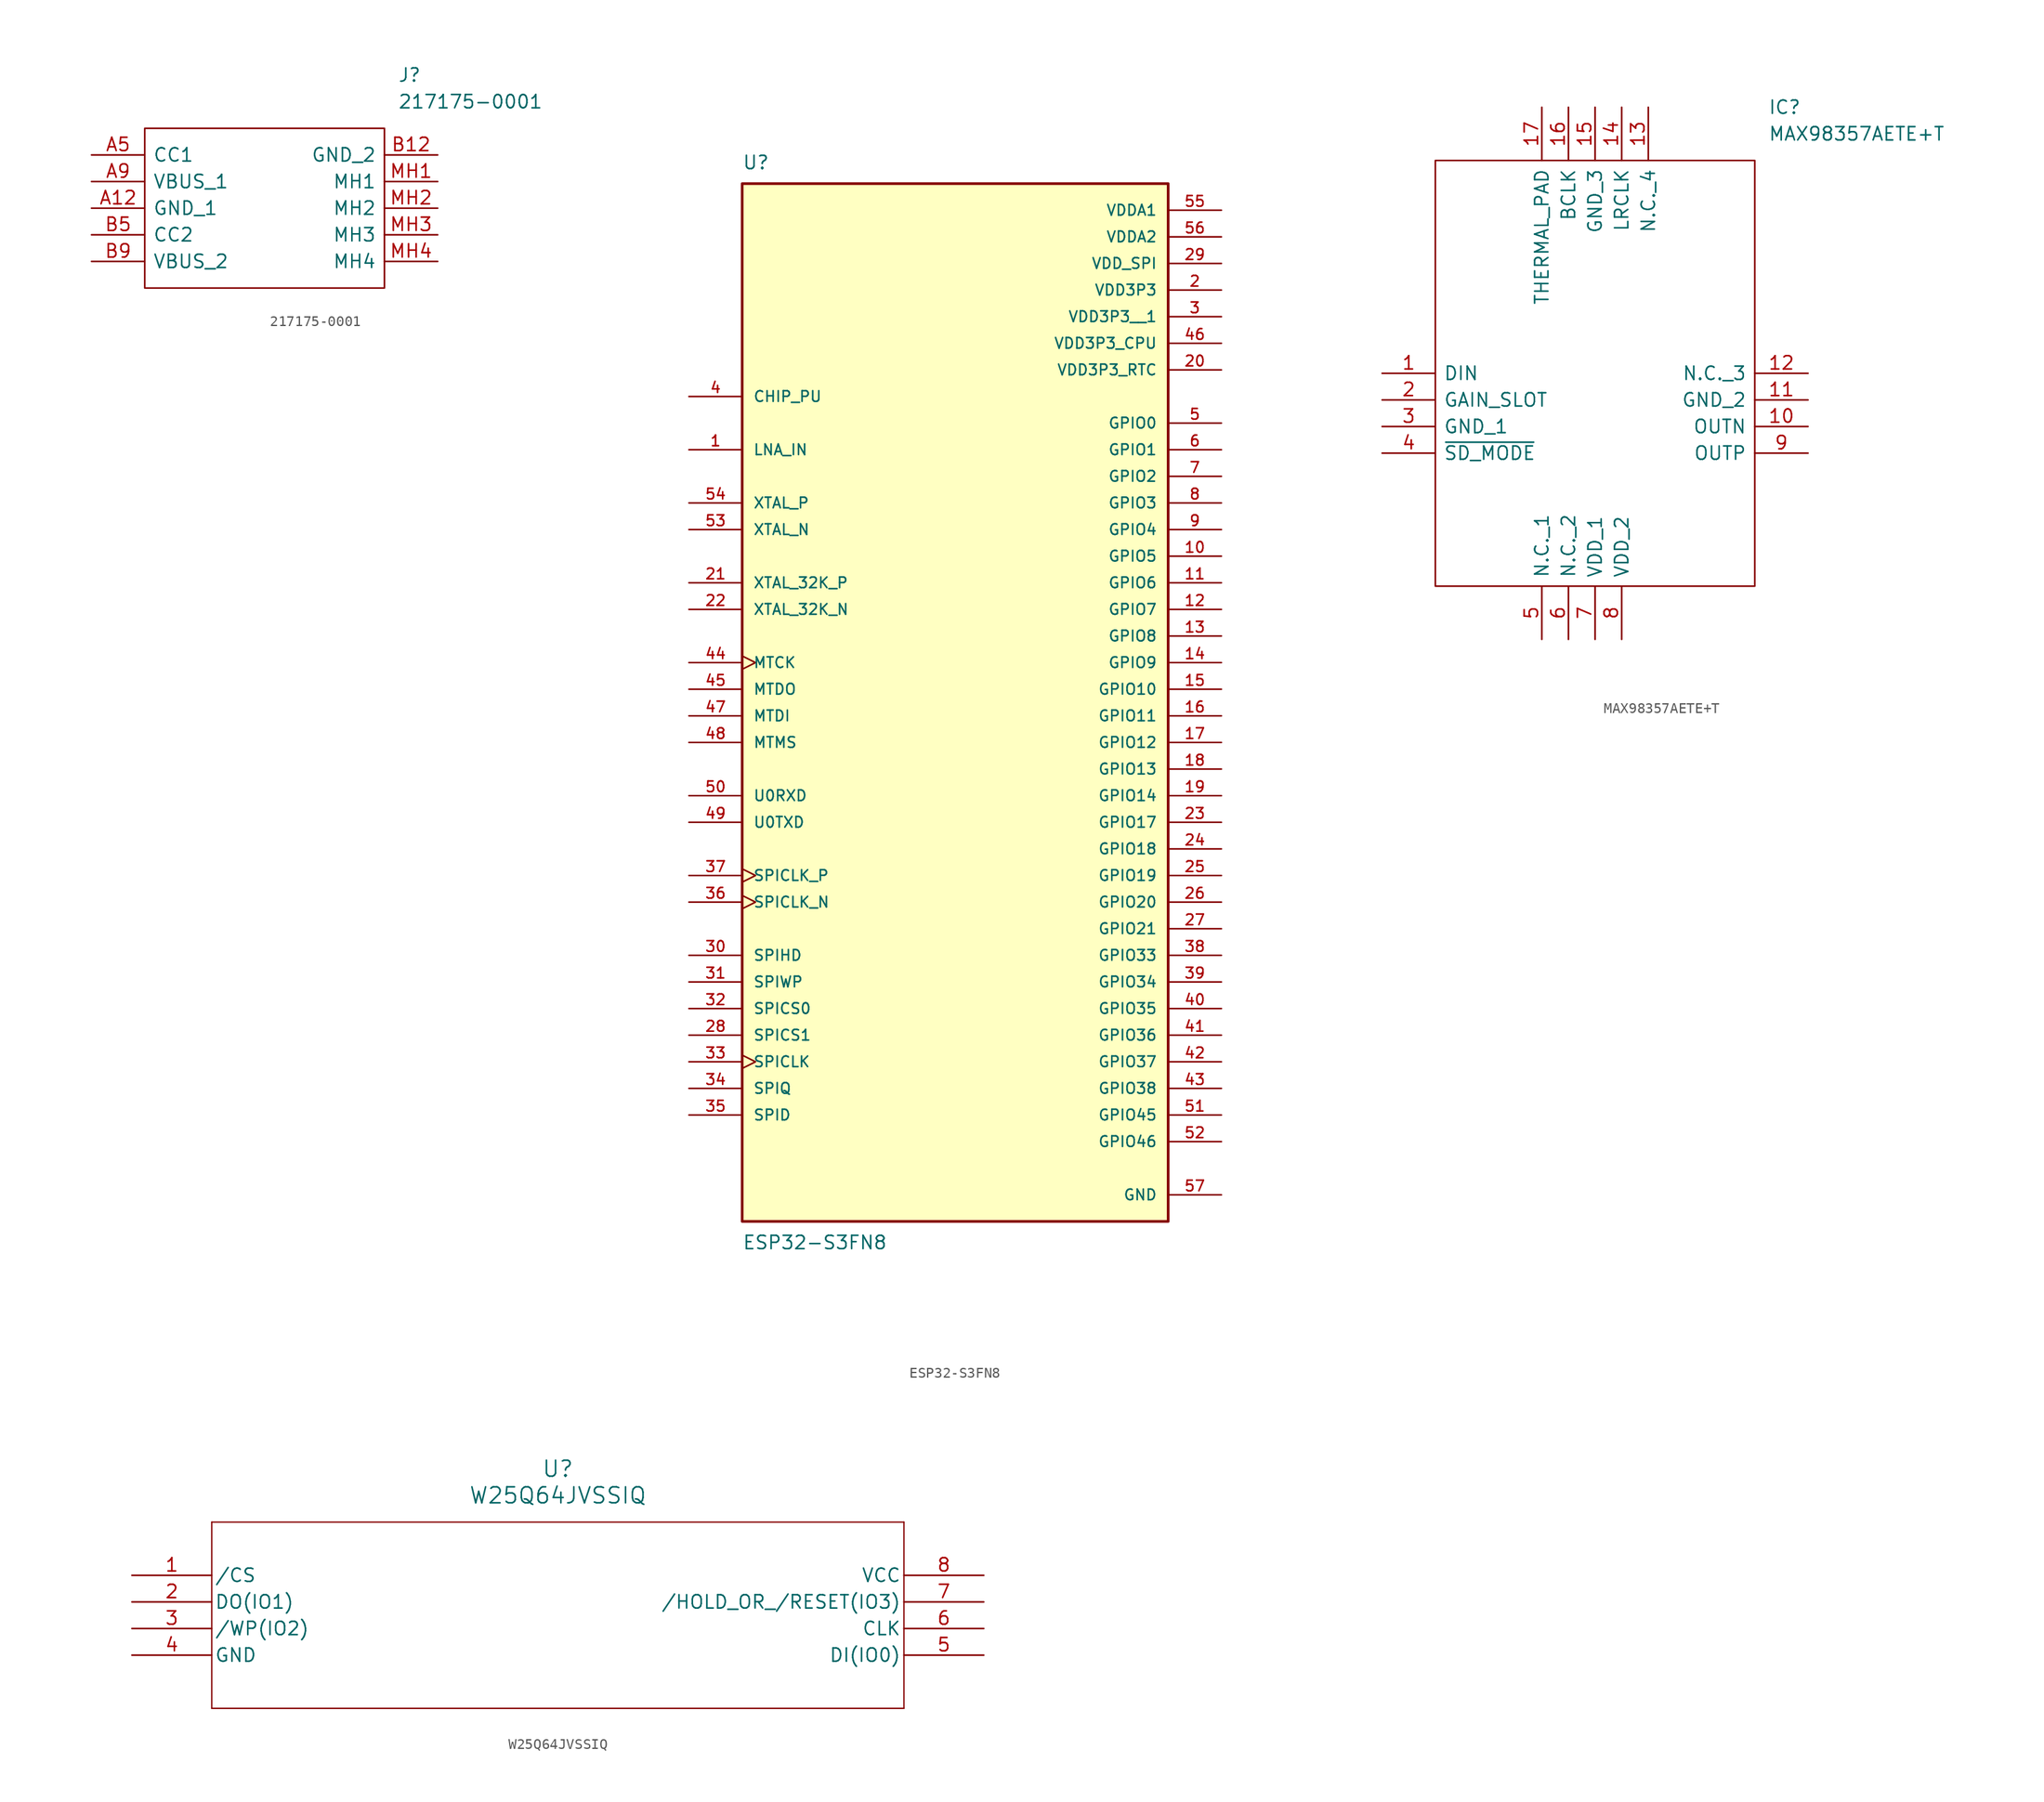
<source format=kicad_sym>
(kicad_symbol_lib
  (version 20241209)
  (generator "kicad_symbol_editor")
  (generator_version "9.0")
  (symbol "217175-0001"
    (pin_names
      (offset 0.762))
    (property "Reference" "J"
      (at 29.21 7.62 0)
      (effects (font (size 1.27 1.27)) (justify left)))
    (property "Value" "217175-0001"
      (at 29.21 5.08 0)
      (effects (font (size 1.27 1.27)) (justify left)))
    (symbol "217175-0001_0_0"
      (pin passive line (at 0 0 0) (length 5.08) (name "CC1" (effects (font (size 1.27 1.27)))) (number "A5" (effects (font (size 1.27 1.27)))))
      (pin passive line (at 0 -2.54 0) (length 5.08) (name "VBUS_1" (effects (font (size 1.27 1.27)))) (number "A9" (effects (font (size 1.27 1.27)))))
      (pin passive line (at 0 -5.08 0) (length 5.08) (name "GND_1" (effects (font (size 1.27 1.27)))) (number "A12" (effects (font (size 1.27 1.27)))))
      (pin passive line (at 0 -7.62 0) (length 5.08) (name "CC2" (effects (font (size 1.27 1.27)))) (number "B5" (effects (font (size 1.27 1.27)))))
      (pin passive line (at 0 -10.16 0) (length 5.08) (name "VBUS_2" (effects (font (size 1.27 1.27)))) (number "B9" (effects (font (size 1.27 1.27)))))
      (pin passive line (at 33.02 0 180) (length 5.08) (name "GND_2" (effects (font (size 1.27 1.27)))) (number "B12" (effects (font (size 1.27 1.27)))))
      (pin passive line (at 33.02 -2.54 180) (length 5.08) (name "MH1" (effects (font (size 1.27 1.27)))) (number "MH1" (effects (font (size 1.27 1.27)))))
      (pin passive line (at 33.02 -5.08 180) (length 5.08) (name "MH2" (effects (font (size 1.27 1.27)))) (number "MH2" (effects (font (size 1.27 1.27)))))
      (pin passive line (at 33.02 -7.62 180) (length 5.08) (name "MH3" (effects (font (size 1.27 1.27)))) (number "MH3" (effects (font (size 1.27 1.27)))))
      (pin passive line (at 33.02 -10.16 180) (length 5.08) (name "MH4" (effects (font (size 1.27 1.27)))) (number "MH4" (effects (font (size 1.27 1.27))))))
    (symbol "217175-0001_0_1"
      (polyline (pts (xy 5.08 2.54) (xy 27.94 2.54) (xy 27.94 -12.7) (xy 5.08 -12.7) (xy 5.08 2.54)) (stroke (width 0.152) (type solid)) (fill (type none)))))
  (symbol "ESP32-S3FN8"
    (pin_names
      (offset 1.016))
    (property "Reference" "U"
      (at -20.32 49.53 0)
      (effects (font (size 1.27 1.27)) (justify left bottom)))
    (property "Value" "ESP32-S3FN8"
      (at -20.32 -52.07 0)
      (effects (font (size 1.27 1.27)) (justify left top)))
    (symbol "ESP32-S3FN8_0_0"
      (rectangle (start -20.32 -50.8) (end 20.32 48.26) (stroke (width 0.254) (type default)) (fill (type background)))
      (pin input line (at -25.4 27.94 0) (length 5.08) (name "CHIP_PU" (effects (font (size 1.016 1.016)))) (number "4" (effects (font (size 1.016 1.016)))))
      (pin bidirectional line (at -25.4 22.86 0) (length 5.08) (name "LNA_IN" (effects (font (size 1.016 1.016)))) (number "1" (effects (font (size 1.016 1.016)))))
      (pin input line (at -25.4 17.78 0) (length 5.08) (name "XTAL_P" (effects (font (size 1.016 1.016)))) (number "54" (effects (font (size 1.016 1.016)))))
      (pin output line (at -25.4 15.24 0) (length 5.08) (name "XTAL_N" (effects (font (size 1.016 1.016)))) (number "53" (effects (font (size 1.016 1.016)))))
      (pin bidirectional line (at -25.4 10.16 0) (length 5.08) (name "XTAL_32K_P" (effects (font (size 1.016 1.016)))) (number "21" (effects (font (size 1.016 1.016)))))
      (pin bidirectional line (at -25.4 7.62 0) (length 5.08) (name "XTAL_32K_N" (effects (font (size 1.016 1.016)))) (number "22" (effects (font (size 1.016 1.016)))))
      (pin bidirectional clock (at -25.4 2.54 0) (length 5.08) (name "MTCK" (effects (font (size 1.016 1.016)))) (number "44" (effects (font (size 1.016 1.016)))))
      (pin bidirectional line (at -25.4 0 0) (length 5.08) (name "MTDO" (effects (font (size 1.016 1.016)))) (number "45" (effects (font (size 1.016 1.016)))))
      (pin bidirectional line (at -25.4 -2.54 0) (length 5.08) (name "MTDI" (effects (font (size 1.016 1.016)))) (number "47" (effects (font (size 1.016 1.016)))))
      (pin bidirectional line (at -25.4 -5.08 0) (length 5.08) (name "MTMS" (effects (font (size 1.016 1.016)))) (number "48" (effects (font (size 1.016 1.016)))))
      (pin bidirectional line (at -25.4 -10.16 0) (length 5.08) (name "U0RXD" (effects (font (size 1.016 1.016)))) (number "50" (effects (font (size 1.016 1.016)))))
      (pin bidirectional line (at -25.4 -12.7 0) (length 5.08) (name "U0TXD" (effects (font (size 1.016 1.016)))) (number "49" (effects (font (size 1.016 1.016)))))
      (pin bidirectional clock (at -25.4 -17.78 0) (length 5.08) (name "SPICLK_P" (effects (font (size 1.016 1.016)))) (number "37" (effects (font (size 1.016 1.016)))))
      (pin bidirectional clock (at -25.4 -20.32 0) (length 5.08) (name "SPICLK_N" (effects (font (size 1.016 1.016)))) (number "36" (effects (font (size 1.016 1.016)))))
      (pin bidirectional line (at -25.4 -25.4 0) (length 5.08) (name "SPIHD" (effects (font (size 1.016 1.016)))) (number "30" (effects (font (size 1.016 1.016)))))
      (pin bidirectional line (at -25.4 -27.94 0) (length 5.08) (name "SPIWP" (effects (font (size 1.016 1.016)))) (number "31" (effects (font (size 1.016 1.016)))))
      (pin bidirectional line (at -25.4 -30.48 0) (length 5.08) (name "SPICS0" (effects (font (size 1.016 1.016)))) (number "32" (effects (font (size 1.016 1.016)))))
      (pin bidirectional line (at -25.4 -33.02 0) (length 5.08) (name "SPICS1" (effects (font (size 1.016 1.016)))) (number "28" (effects (font (size 1.016 1.016)))))
      (pin bidirectional clock (at -25.4 -35.56 0) (length 5.08) (name "SPICLK" (effects (font (size 1.016 1.016)))) (number "33" (effects (font (size 1.016 1.016)))))
      (pin bidirectional line (at -25.4 -38.1 0) (length 5.08) (name "SPIQ" (effects (font (size 1.016 1.016)))) (number "34" (effects (font (size 1.016 1.016)))))
      (pin bidirectional line (at -25.4 -40.64 0) (length 5.08) (name "SPID" (effects (font (size 1.016 1.016)))) (number "35" (effects (font (size 1.016 1.016)))))
      (pin power_in line (at 25.4 45.72 180) (length 5.08) (name "VDDA1" (effects (font (size 1.016 1.016)))) (number "55" (effects (font (size 1.016 1.016)))))
      (pin power_in line (at 25.4 43.18 180) (length 5.08) (name "VDDA2" (effects (font (size 1.016 1.016)))) (number "56" (effects (font (size 1.016 1.016)))))
      (pin power_in line (at 25.4 40.64 180) (length 5.08) (name "VDD_SPI" (effects (font (size 1.016 1.016)))) (number "29" (effects (font (size 1.016 1.016)))))
      (pin power_in line (at 25.4 38.1 180) (length 5.08) (name "VDD3P3" (effects (font (size 1.016 1.016)))) (number "2" (effects (font (size 1.016 1.016)))))
      (pin power_in line (at 25.4 35.56 180) (length 5.08) (name "VDD3P3__1" (effects (font (size 1.016 1.016)))) (number "3" (effects (font (size 1.016 1.016)))))
      (pin power_in line (at 25.4 33.02 180) (length 5.08) (name "VDD3P3_CPU" (effects (font (size 1.016 1.016)))) (number "46" (effects (font (size 1.016 1.016)))))
      (pin power_in line (at 25.4 30.48 180) (length 5.08) (name "VDD3P3_RTC" (effects (font (size 1.016 1.016)))) (number "20" (effects (font (size 1.016 1.016)))))
      (pin bidirectional line (at 25.4 25.4 180) (length 5.08) (name "GPIO0" (effects (font (size 1.016 1.016)))) (number "5" (effects (font (size 1.016 1.016)))))
      (pin bidirectional line (at 25.4 22.86 180) (length 5.08) (name "GPIO1" (effects (font (size 1.016 1.016)))) (number "6" (effects (font (size 1.016 1.016)))))
      (pin bidirectional line (at 25.4 20.32 180) (length 5.08) (name "GPIO2" (effects (font (size 1.016 1.016)))) (number "7" (effects (font (size 1.016 1.016)))))
      (pin bidirectional line (at 25.4 17.78 180) (length 5.08) (name "GPIO3" (effects (font (size 1.016 1.016)))) (number "8" (effects (font (size 1.016 1.016)))))
      (pin bidirectional line (at 25.4 15.24 180) (length 5.08) (name "GPIO4" (effects (font (size 1.016 1.016)))) (number "9" (effects (font (size 1.016 1.016)))))
      (pin bidirectional line (at 25.4 12.7 180) (length 5.08) (name "GPIO5" (effects (font (size 1.016 1.016)))) (number "10" (effects (font (size 1.016 1.016)))))
      (pin bidirectional line (at 25.4 10.16 180) (length 5.08) (name "GPIO6" (effects (font (size 1.016 1.016)))) (number "11" (effects (font (size 1.016 1.016)))))
      (pin bidirectional line (at 25.4 7.62 180) (length 5.08) (name "GPIO7" (effects (font (size 1.016 1.016)))) (number "12" (effects (font (size 1.016 1.016)))))
      (pin bidirectional line (at 25.4 5.08 180) (length 5.08) (name "GPIO8" (effects (font (size 1.016 1.016)))) (number "13" (effects (font (size 1.016 1.016)))))
      (pin bidirectional line (at 25.4 2.54 180) (length 5.08) (name "GPIO9" (effects (font (size 1.016 1.016)))) (number "14" (effects (font (size 1.016 1.016)))))
      (pin bidirectional line (at 25.4 0 180) (length 5.08) (name "GPIO10" (effects (font (size 1.016 1.016)))) (number "15" (effects (font (size 1.016 1.016)))))
      (pin bidirectional line (at 25.4 -2.54 180) (length 5.08) (name "GPIO11" (effects (font (size 1.016 1.016)))) (number "16" (effects (font (size 1.016 1.016)))))
      (pin bidirectional line (at 25.4 -5.08 180) (length 5.08) (name "GPIO12" (effects (font (size 1.016 1.016)))) (number "17" (effects (font (size 1.016 1.016)))))
      (pin bidirectional line (at 25.4 -7.62 180) (length 5.08) (name "GPIO13" (effects (font (size 1.016 1.016)))) (number "18" (effects (font (size 1.016 1.016)))))
      (pin bidirectional line (at 25.4 -10.16 180) (length 5.08) (name "GPIO14" (effects (font (size 1.016 1.016)))) (number "19" (effects (font (size 1.016 1.016)))))
      (pin bidirectional line (at 25.4 -12.7 180) (length 5.08) (name "GPIO17" (effects (font (size 1.016 1.016)))) (number "23" (effects (font (size 1.016 1.016)))))
      (pin bidirectional line (at 25.4 -15.24 180) (length 5.08) (name "GPIO18" (effects (font (size 1.016 1.016)))) (number "24" (effects (font (size 1.016 1.016)))))
      (pin bidirectional line (at 25.4 -17.78 180) (length 5.08) (name "GPIO19" (effects (font (size 1.016 1.016)))) (number "25" (effects (font (size 1.016 1.016)))))
      (pin bidirectional line (at 25.4 -20.32 180) (length 5.08) (name "GPIO20" (effects (font (size 1.016 1.016)))) (number "26" (effects (font (size 1.016 1.016)))))
      (pin bidirectional line (at 25.4 -22.86 180) (length 5.08) (name "GPIO21" (effects (font (size 1.016 1.016)))) (number "27" (effects (font (size 1.016 1.016)))))
      (pin bidirectional line (at 25.4 -25.4 180) (length 5.08) (name "GPIO33" (effects (font (size 1.016 1.016)))) (number "38" (effects (font (size 1.016 1.016)))))
      (pin bidirectional line (at 25.4 -27.94 180) (length 5.08) (name "GPIO34" (effects (font (size 1.016 1.016)))) (number "39" (effects (font (size 1.016 1.016)))))
      (pin bidirectional line (at 25.4 -30.48 180) (length 5.08) (name "GPIO35" (effects (font (size 1.016 1.016)))) (number "40" (effects (font (size 1.016 1.016)))))
      (pin bidirectional line (at 25.4 -33.02 180) (length 5.08) (name "GPIO36" (effects (font (size 1.016 1.016)))) (number "41" (effects (font (size 1.016 1.016)))))
      (pin bidirectional line (at 25.4 -35.56 180) (length 5.08) (name "GPIO37" (effects (font (size 1.016 1.016)))) (number "42" (effects (font (size 1.016 1.016)))))
      (pin bidirectional line (at 25.4 -38.1 180) (length 5.08) (name "GPIO38" (effects (font (size 1.016 1.016)))) (number "43" (effects (font (size 1.016 1.016)))))
      (pin bidirectional line (at 25.4 -40.64 180) (length 5.08) (name "GPIO45" (effects (font (size 1.016 1.016)))) (number "51" (effects (font (size 1.016 1.016)))))
      (pin bidirectional line (at 25.4 -43.18 180) (length 5.08) (name "GPIO46" (effects (font (size 1.016 1.016)))) (number "52" (effects (font (size 1.016 1.016)))))
      (pin power_in line (at 25.4 -48.26 180) (length 5.08) (name "GND" (effects (font (size 1.016 1.016)))) (number "57" (effects (font (size 1.016 1.016)))))))
  (symbol "MAX98357AETE+T"
    (pin_names
      (offset 0.762))
    (property "Reference" "IC"
      (at 36.83 25.4 0)
      (effects (font (size 1.27 1.27)) (justify left)))
    (property "Value" "MAX98357AETE+T"
      (at 36.83 22.86 0)
      (effects (font (size 1.27 1.27)) (justify left)))
    (symbol "MAX98357AETE+T_0_0"
      (pin passive line (at 0 0 0) (length 5.08) (name "DIN" (effects (font (size 1.27 1.27)))) (number "1" (effects (font (size 1.27 1.27)))))
      (pin passive line (at 0 -2.54 0) (length 5.08) (name "GAIN_SLOT" (effects (font (size 1.27 1.27)))) (number "2" (effects (font (size 1.27 1.27)))))
      (pin passive line (at 0 -5.08 0) (length 5.08) (name "GND_1" (effects (font (size 1.27 1.27)))) (number "3" (effects (font (size 1.27 1.27)))))
      (pin passive line (at 0 -7.62 0) (length 5.08) (name "~{SD_MODE}" (effects (font (size 1.27 1.27)))) (number "4" (effects (font (size 1.27 1.27)))))
      (pin passive line (at 15.24 25.4 270) (length 5.08) (name "THERMAL_PAD" (effects (font (size 1.27 1.27)))) (number "17" (effects (font (size 1.27 1.27)))))
      (pin passive line (at 15.24 -25.4 90) (length 5.08) (name "N.C._1" (effects (font (size 1.27 1.27)))) (number "5" (effects (font (size 1.27 1.27)))))
      (pin passive line (at 17.78 25.4 270) (length 5.08) (name "BCLK" (effects (font (size 1.27 1.27)))) (number "16" (effects (font (size 1.27 1.27)))))
      (pin passive line (at 17.78 -25.4 90) (length 5.08) (name "N.C._2" (effects (font (size 1.27 1.27)))) (number "6" (effects (font (size 1.27 1.27)))))
      (pin passive line (at 20.32 25.4 270) (length 5.08) (name "GND_3" (effects (font (size 1.27 1.27)))) (number "15" (effects (font (size 1.27 1.27)))))
      (pin passive line (at 20.32 -25.4 90) (length 5.08) (name "VDD_1" (effects (font (size 1.27 1.27)))) (number "7" (effects (font (size 1.27 1.27)))))
      (pin passive line (at 22.86 25.4 270) (length 5.08) (name "LRCLK" (effects (font (size 1.27 1.27)))) (number "14" (effects (font (size 1.27 1.27)))))
      (pin passive line (at 22.86 -25.4 90) (length 5.08) (name "VDD_2" (effects (font (size 1.27 1.27)))) (number "8" (effects (font (size 1.27 1.27)))))
      (pin passive line (at 25.4 25.4 270) (length 5.08) (name "N.C._4" (effects (font (size 1.27 1.27)))) (number "13" (effects (font (size 1.27 1.27)))))
      (pin passive line (at 40.64 0 180) (length 5.08) (name "N.C._3" (effects (font (size 1.27 1.27)))) (number "12" (effects (font (size 1.27 1.27)))))
      (pin passive line (at 40.64 -2.54 180) (length 5.08) (name "GND_2" (effects (font (size 1.27 1.27)))) (number "11" (effects (font (size 1.27 1.27)))))
      (pin passive line (at 40.64 -5.08 180) (length 5.08) (name "OUTN" (effects (font (size 1.27 1.27)))) (number "10" (effects (font (size 1.27 1.27)))))
      (pin passive line (at 40.64 -7.62 180) (length 5.08) (name "OUTP" (effects (font (size 1.27 1.27)))) (number "9" (effects (font (size 1.27 1.27))))))
    (symbol "MAX98357AETE+T_0_1"
      (polyline (pts (xy 5.08 20.32) (xy 35.56 20.32) (xy 35.56 -20.32) (xy 5.08 -20.32) (xy 5.08 20.32)) (stroke (width 0.152) (type solid)) (fill (type none)))))
  (symbol "W25Q64JVSSIQ"
    (pin_names
      (offset 0.254))
    (property "Reference" "U"
      (at 40.64 10.16 0)
      (effects (font (size 1.524 1.524))))
    (property "Value" "W25Q64JVSSIQ"
      (at 40.64 7.62 0)
      (effects (font (size 1.524 1.524))))
    (property "ki_locked" ""
      (at 0 0 0)
      (effects (font (size 1.27 1.27))))
    (symbol "W25Q64JVSSIQ_0_1"
      (polyline (pts (xy 7.62 5.08) (xy 7.62 -12.7)) (stroke (width 0.127) (type default)) (fill (type none)))
      (polyline (pts (xy 7.62 -12.7) (xy 73.66 -12.7)) (stroke (width 0.127) (type default)) (fill (type none)))
      (polyline (pts (xy 73.66 5.08) (xy 7.62 5.08)) (stroke (width 0.127) (type default)) (fill (type none)))
      (polyline (pts (xy 73.66 -12.7) (xy 73.66 5.08)) (stroke (width 0.127) (type default)) (fill (type none)))
      (pin unspecified line (at 0 0 0) (length 7.62) (name "/CS" (effects (font (size 1.27 1.27)))) (number "1" (effects (font (size 1.27 1.27)))))
      (pin unspecified line (at 0 -2.54 0) (length 7.62) (name "DO(IO1)" (effects (font (size 1.27 1.27)))) (number "2" (effects (font (size 1.27 1.27)))))
      (pin unspecified line (at 0 -5.08 0) (length 7.62) (name "/WP(IO2)" (effects (font (size 1.27 1.27)))) (number "3" (effects (font (size 1.27 1.27)))))
      (pin power_out line (at 0 -7.62 0) (length 7.62) (name "GND" (effects (font (size 1.27 1.27)))) (number "4" (effects (font (size 1.27 1.27)))))
      (pin power_in line (at 81.28 0 180) (length 7.62) (name "VCC" (effects (font (size 1.27 1.27)))) (number "8" (effects (font (size 1.27 1.27)))))
      (pin unspecified line (at 81.28 -2.54 180) (length 7.62) (name "/HOLD_OR_/RESET(IO3)" (effects (font (size 1.27 1.27)))) (number "7" (effects (font (size 1.27 1.27)))))
      (pin unspecified line (at 81.28 -5.08 180) (length 7.62) (name "CLK" (effects (font (size 1.27 1.27)))) (number "6" (effects (font (size 1.27 1.27)))))
      (pin unspecified line (at 81.28 -7.62 180) (length 7.62) (name "DI(IO0)" (effects (font (size 1.27 1.27)))) (number "5" (effects (font (size 1.27 1.27))))))))
</source>
